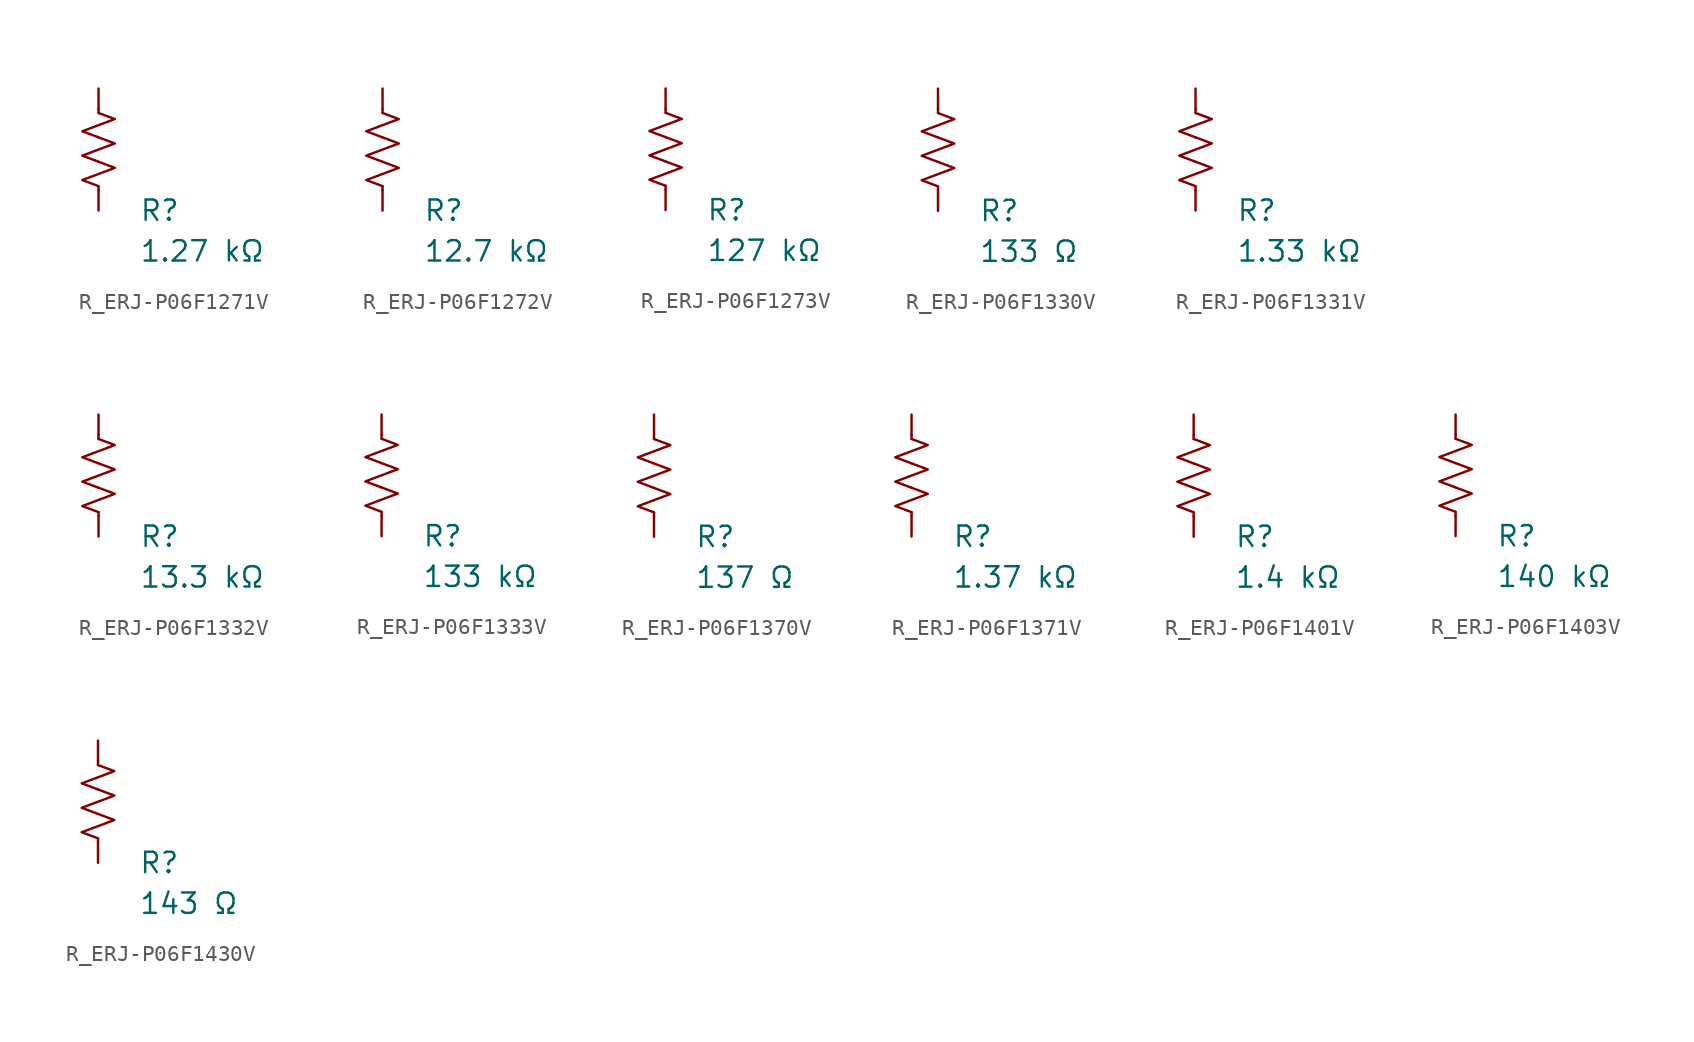
<source format=kicad_sym>
(kicad_symbol_lib
  (version 20231120)
  (generator "kicad_symbol_editor")
  (generator_version "8.0")
  (symbol "R_ERJ-P06F1271V"
    (pin_numbers hide)
    (pin_names
      (offset 0))
    (property "Reference" "R"
      (at 2.54 -3.81 0)
      (effects (font (size 1.27 1.27)) (justify left))
      (show_name no))
    (property "Value" "1.27 kΩ"
      (at 2.54 -6.35 0)
      (effects (font (size 1.27 1.27)) (justify left))
      (show_name no))
    (symbol "R_ERJ-P06F1271V_0_1"
      (polyline (pts (xy 0 -2.286) (xy 0 -2.54)) (stroke (width 0) (type default)) (fill (type none)))
      (polyline (pts (xy 0 2.286) (xy 0 2.54)) (stroke (width 0) (type default)) (fill (type none)))
      (polyline (pts (xy 0 -0.762) (xy 1.016 -1.143) (xy 0 -1.524) (xy -1.016 -1.905) (xy 0 -2.286)) (stroke (width 0) (type default)) (fill (type none)))
      (polyline (pts (xy 0 0.762) (xy 1.016 0.381) (xy 0 0) (xy -1.016 -0.381) (xy 0 -0.762)) (stroke (width 0) (type default)) (fill (type none)))
      (polyline (pts (xy 0 2.286) (xy 1.016 1.905) (xy 0 1.524) (xy -1.016 1.143) (xy 0 0.762)) (stroke (width 0) (type default)) (fill (type none))))
    (symbol "R_ERJ-P06F1271V_1_1"
      (pin passive line (at 0 3.81 270) (length 1.27) (name "~" (effects (font (size 1.27 1.27)))) (number "1" (effects (font (size 1.27 1.27)))))
      (pin passive line (at 0 -3.81 90) (length 1.27) (name "~" (effects (font (size 1.27 1.27)))) (number "2" (effects (font (size 1.27 1.27)))))))
  (symbol "R_ERJ-P06F1272V"
    (pin_numbers hide)
    (pin_names
      (offset 0))
    (property "Reference" "R"
      (at 2.54 -3.81 0)
      (effects (font (size 1.27 1.27)) (justify left))
      (show_name no))
    (property "Value" "12.7 kΩ"
      (at 2.54 -6.35 0)
      (effects (font (size 1.27 1.27)) (justify left))
      (show_name no))
    (symbol "R_ERJ-P06F1272V_0_1"
      (polyline (pts (xy 0 -2.286) (xy 0 -2.54)) (stroke (width 0) (type default)) (fill (type none)))
      (polyline (pts (xy 0 2.286) (xy 0 2.54)) (stroke (width 0) (type default)) (fill (type none)))
      (polyline (pts (xy 0 -0.762) (xy 1.016 -1.143) (xy 0 -1.524) (xy -1.016 -1.905) (xy 0 -2.286)) (stroke (width 0) (type default)) (fill (type none)))
      (polyline (pts (xy 0 0.762) (xy 1.016 0.381) (xy 0 0) (xy -1.016 -0.381) (xy 0 -0.762)) (stroke (width 0) (type default)) (fill (type none)))
      (polyline (pts (xy 0 2.286) (xy 1.016 1.905) (xy 0 1.524) (xy -1.016 1.143) (xy 0 0.762)) (stroke (width 0) (type default)) (fill (type none))))
    (symbol "R_ERJ-P06F1272V_1_1"
      (pin passive line (at 0 3.81 270) (length 1.27) (name "~" (effects (font (size 1.27 1.27)))) (number "1" (effects (font (size 1.27 1.27)))))
      (pin passive line (at 0 -3.81 90) (length 1.27) (name "~" (effects (font (size 1.27 1.27)))) (number "2" (effects (font (size 1.27 1.27)))))))
  (symbol "R_ERJ-P06F1273V"
    (pin_numbers hide)
    (pin_names
      (offset 0))
    (property "Reference" "R"
      (at 2.54 -3.81 0)
      (effects (font (size 1.27 1.27)) (justify left))
      (show_name no))
    (property "Value" "127 kΩ"
      (at 2.54 -6.35 0)
      (effects (font (size 1.27 1.27)) (justify left))
      (show_name no))
    (symbol "R_ERJ-P06F1273V_0_1"
      (polyline (pts (xy 0 -2.286) (xy 0 -2.54)) (stroke (width 0) (type default)) (fill (type none)))
      (polyline (pts (xy 0 2.286) (xy 0 2.54)) (stroke (width 0) (type default)) (fill (type none)))
      (polyline (pts (xy 0 -0.762) (xy 1.016 -1.143) (xy 0 -1.524) (xy -1.016 -1.905) (xy 0 -2.286)) (stroke (width 0) (type default)) (fill (type none)))
      (polyline (pts (xy 0 0.762) (xy 1.016 0.381) (xy 0 0) (xy -1.016 -0.381) (xy 0 -0.762)) (stroke (width 0) (type default)) (fill (type none)))
      (polyline (pts (xy 0 2.286) (xy 1.016 1.905) (xy 0 1.524) (xy -1.016 1.143) (xy 0 0.762)) (stroke (width 0) (type default)) (fill (type none))))
    (symbol "R_ERJ-P06F1273V_1_1"
      (pin passive line (at 0 3.81 270) (length 1.27) (name "~" (effects (font (size 1.27 1.27)))) (number "1" (effects (font (size 1.27 1.27)))))
      (pin passive line (at 0 -3.81 90) (length 1.27) (name "~" (effects (font (size 1.27 1.27)))) (number "2" (effects (font (size 1.27 1.27)))))))
  (symbol "R_ERJ-P06F1330V"
    (pin_numbers hide)
    (pin_names
      (offset 0))
    (property "Reference" "R"
      (at 2.54 -3.81 0)
      (effects (font (size 1.27 1.27)) (justify left))
      (show_name no))
    (property "Value" "133 Ω"
      (at 2.54 -6.35 0)
      (effects (font (size 1.27 1.27)) (justify left))
      (show_name no))
    (symbol "R_ERJ-P06F1330V_0_1"
      (polyline (pts (xy 0 -2.286) (xy 0 -2.54)) (stroke (width 0) (type default)) (fill (type none)))
      (polyline (pts (xy 0 2.286) (xy 0 2.54)) (stroke (width 0) (type default)) (fill (type none)))
      (polyline (pts (xy 0 -0.762) (xy 1.016 -1.143) (xy 0 -1.524) (xy -1.016 -1.905) (xy 0 -2.286)) (stroke (width 0) (type default)) (fill (type none)))
      (polyline (pts (xy 0 0.762) (xy 1.016 0.381) (xy 0 0) (xy -1.016 -0.381) (xy 0 -0.762)) (stroke (width 0) (type default)) (fill (type none)))
      (polyline (pts (xy 0 2.286) (xy 1.016 1.905) (xy 0 1.524) (xy -1.016 1.143) (xy 0 0.762)) (stroke (width 0) (type default)) (fill (type none))))
    (symbol "R_ERJ-P06F1330V_1_1"
      (pin passive line (at 0 3.81 270) (length 1.27) (name "~" (effects (font (size 1.27 1.27)))) (number "1" (effects (font (size 1.27 1.27)))))
      (pin passive line (at 0 -3.81 90) (length 1.27) (name "~" (effects (font (size 1.27 1.27)))) (number "2" (effects (font (size 1.27 1.27)))))))
  (symbol "R_ERJ-P06F1331V"
    (pin_numbers hide)
    (pin_names
      (offset 0))
    (property "Reference" "R"
      (at 2.54 -3.81 0)
      (effects (font (size 1.27 1.27)) (justify left))
      (show_name no))
    (property "Value" "1.33 kΩ"
      (at 2.54 -6.35 0)
      (effects (font (size 1.27 1.27)) (justify left))
      (show_name no))
    (symbol "R_ERJ-P06F1331V_0_1"
      (polyline (pts (xy 0 -2.286) (xy 0 -2.54)) (stroke (width 0) (type default)) (fill (type none)))
      (polyline (pts (xy 0 2.286) (xy 0 2.54)) (stroke (width 0) (type default)) (fill (type none)))
      (polyline (pts (xy 0 -0.762) (xy 1.016 -1.143) (xy 0 -1.524) (xy -1.016 -1.905) (xy 0 -2.286)) (stroke (width 0) (type default)) (fill (type none)))
      (polyline (pts (xy 0 0.762) (xy 1.016 0.381) (xy 0 0) (xy -1.016 -0.381) (xy 0 -0.762)) (stroke (width 0) (type default)) (fill (type none)))
      (polyline (pts (xy 0 2.286) (xy 1.016 1.905) (xy 0 1.524) (xy -1.016 1.143) (xy 0 0.762)) (stroke (width 0) (type default)) (fill (type none))))
    (symbol "R_ERJ-P06F1331V_1_1"
      (pin passive line (at 0 3.81 270) (length 1.27) (name "~" (effects (font (size 1.27 1.27)))) (number "1" (effects (font (size 1.27 1.27)))))
      (pin passive line (at 0 -3.81 90) (length 1.27) (name "~" (effects (font (size 1.27 1.27)))) (number "2" (effects (font (size 1.27 1.27)))))))
  (symbol "R_ERJ-P06F1332V"
    (pin_numbers hide)
    (pin_names
      (offset 0))
    (property "Reference" "R"
      (at 2.54 -3.81 0)
      (effects (font (size 1.27 1.27)) (justify left))
      (show_name no))
    (property "Value" "13.3 kΩ"
      (at 2.54 -6.35 0)
      (effects (font (size 1.27 1.27)) (justify left))
      (show_name no))
    (symbol "R_ERJ-P06F1332V_0_1"
      (polyline (pts (xy 0 -2.286) (xy 0 -2.54)) (stroke (width 0) (type default)) (fill (type none)))
      (polyline (pts (xy 0 2.286) (xy 0 2.54)) (stroke (width 0) (type default)) (fill (type none)))
      (polyline (pts (xy 0 -0.762) (xy 1.016 -1.143) (xy 0 -1.524) (xy -1.016 -1.905) (xy 0 -2.286)) (stroke (width 0) (type default)) (fill (type none)))
      (polyline (pts (xy 0 0.762) (xy 1.016 0.381) (xy 0 0) (xy -1.016 -0.381) (xy 0 -0.762)) (stroke (width 0) (type default)) (fill (type none)))
      (polyline (pts (xy 0 2.286) (xy 1.016 1.905) (xy 0 1.524) (xy -1.016 1.143) (xy 0 0.762)) (stroke (width 0) (type default)) (fill (type none))))
    (symbol "R_ERJ-P06F1332V_1_1"
      (pin passive line (at 0 3.81 270) (length 1.27) (name "~" (effects (font (size 1.27 1.27)))) (number "1" (effects (font (size 1.27 1.27)))))
      (pin passive line (at 0 -3.81 90) (length 1.27) (name "~" (effects (font (size 1.27 1.27)))) (number "2" (effects (font (size 1.27 1.27)))))))
  (symbol "R_ERJ-P06F1333V"
    (pin_numbers hide)
    (pin_names
      (offset 0))
    (property "Reference" "R"
      (at 2.54 -3.81 0)
      (effects (font (size 1.27 1.27)) (justify left))
      (show_name no))
    (property "Value" "133 kΩ"
      (at 2.54 -6.35 0)
      (effects (font (size 1.27 1.27)) (justify left))
      (show_name no))
    (symbol "R_ERJ-P06F1333V_0_1"
      (polyline (pts (xy 0 -2.286) (xy 0 -2.54)) (stroke (width 0) (type default)) (fill (type none)))
      (polyline (pts (xy 0 2.286) (xy 0 2.54)) (stroke (width 0) (type default)) (fill (type none)))
      (polyline (pts (xy 0 -0.762) (xy 1.016 -1.143) (xy 0 -1.524) (xy -1.016 -1.905) (xy 0 -2.286)) (stroke (width 0) (type default)) (fill (type none)))
      (polyline (pts (xy 0 0.762) (xy 1.016 0.381) (xy 0 0) (xy -1.016 -0.381) (xy 0 -0.762)) (stroke (width 0) (type default)) (fill (type none)))
      (polyline (pts (xy 0 2.286) (xy 1.016 1.905) (xy 0 1.524) (xy -1.016 1.143) (xy 0 0.762)) (stroke (width 0) (type default)) (fill (type none))))
    (symbol "R_ERJ-P06F1333V_1_1"
      (pin passive line (at 0 3.81 270) (length 1.27) (name "~" (effects (font (size 1.27 1.27)))) (number "1" (effects (font (size 1.27 1.27)))))
      (pin passive line (at 0 -3.81 90) (length 1.27) (name "~" (effects (font (size 1.27 1.27)))) (number "2" (effects (font (size 1.27 1.27)))))))
  (symbol "R_ERJ-P06F1370V"
    (pin_numbers hide)
    (pin_names
      (offset 0))
    (property "Reference" "R"
      (at 2.54 -3.81 0)
      (effects (font (size 1.27 1.27)) (justify left))
      (show_name no))
    (property "Value" "137 Ω"
      (at 2.54 -6.35 0)
      (effects (font (size 1.27 1.27)) (justify left))
      (show_name no))
    (symbol "R_ERJ-P06F1370V_0_1"
      (polyline (pts (xy 0 -2.286) (xy 0 -2.54)) (stroke (width 0) (type default)) (fill (type none)))
      (polyline (pts (xy 0 2.286) (xy 0 2.54)) (stroke (width 0) (type default)) (fill (type none)))
      (polyline (pts (xy 0 -0.762) (xy 1.016 -1.143) (xy 0 -1.524) (xy -1.016 -1.905) (xy 0 -2.286)) (stroke (width 0) (type default)) (fill (type none)))
      (polyline (pts (xy 0 0.762) (xy 1.016 0.381) (xy 0 0) (xy -1.016 -0.381) (xy 0 -0.762)) (stroke (width 0) (type default)) (fill (type none)))
      (polyline (pts (xy 0 2.286) (xy 1.016 1.905) (xy 0 1.524) (xy -1.016 1.143) (xy 0 0.762)) (stroke (width 0) (type default)) (fill (type none))))
    (symbol "R_ERJ-P06F1370V_1_1"
      (pin passive line (at 0 3.81 270) (length 1.27) (name "~" (effects (font (size 1.27 1.27)))) (number "1" (effects (font (size 1.27 1.27)))))
      (pin passive line (at 0 -3.81 90) (length 1.27) (name "~" (effects (font (size 1.27 1.27)))) (number "2" (effects (font (size 1.27 1.27)))))))
  (symbol "R_ERJ-P06F1371V"
    (pin_numbers hide)
    (pin_names
      (offset 0))
    (property "Reference" "R"
      (at 2.54 -3.81 0)
      (effects (font (size 1.27 1.27)) (justify left))
      (show_name no))
    (property "Value" "1.37 kΩ"
      (at 2.54 -6.35 0)
      (effects (font (size 1.27 1.27)) (justify left))
      (show_name no))
    (symbol "R_ERJ-P06F1371V_0_1"
      (polyline (pts (xy 0 -2.286) (xy 0 -2.54)) (stroke (width 0) (type default)) (fill (type none)))
      (polyline (pts (xy 0 2.286) (xy 0 2.54)) (stroke (width 0) (type default)) (fill (type none)))
      (polyline (pts (xy 0 -0.762) (xy 1.016 -1.143) (xy 0 -1.524) (xy -1.016 -1.905) (xy 0 -2.286)) (stroke (width 0) (type default)) (fill (type none)))
      (polyline (pts (xy 0 0.762) (xy 1.016 0.381) (xy 0 0) (xy -1.016 -0.381) (xy 0 -0.762)) (stroke (width 0) (type default)) (fill (type none)))
      (polyline (pts (xy 0 2.286) (xy 1.016 1.905) (xy 0 1.524) (xy -1.016 1.143) (xy 0 0.762)) (stroke (width 0) (type default)) (fill (type none))))
    (symbol "R_ERJ-P06F1371V_1_1"
      (pin passive line (at 0 3.81 270) (length 1.27) (name "~" (effects (font (size 1.27 1.27)))) (number "1" (effects (font (size 1.27 1.27)))))
      (pin passive line (at 0 -3.81 90) (length 1.27) (name "~" (effects (font (size 1.27 1.27)))) (number "2" (effects (font (size 1.27 1.27)))))))
  (symbol "R_ERJ-P06F1401V"
    (pin_numbers hide)
    (pin_names
      (offset 0))
    (property "Reference" "R"
      (at 2.54 -3.81 0)
      (effects (font (size 1.27 1.27)) (justify left))
      (show_name no))
    (property "Value" "1.4 kΩ"
      (at 2.54 -6.35 0)
      (effects (font (size 1.27 1.27)) (justify left))
      (show_name no))
    (symbol "R_ERJ-P06F1401V_0_1"
      (polyline (pts (xy 0 -2.286) (xy 0 -2.54)) (stroke (width 0) (type default)) (fill (type none)))
      (polyline (pts (xy 0 2.286) (xy 0 2.54)) (stroke (width 0) (type default)) (fill (type none)))
      (polyline (pts (xy 0 -0.762) (xy 1.016 -1.143) (xy 0 -1.524) (xy -1.016 -1.905) (xy 0 -2.286)) (stroke (width 0) (type default)) (fill (type none)))
      (polyline (pts (xy 0 0.762) (xy 1.016 0.381) (xy 0 0) (xy -1.016 -0.381) (xy 0 -0.762)) (stroke (width 0) (type default)) (fill (type none)))
      (polyline (pts (xy 0 2.286) (xy 1.016 1.905) (xy 0 1.524) (xy -1.016 1.143) (xy 0 0.762)) (stroke (width 0) (type default)) (fill (type none))))
    (symbol "R_ERJ-P06F1401V_1_1"
      (pin passive line (at 0 3.81 270) (length 1.27) (name "~" (effects (font (size 1.27 1.27)))) (number "1" (effects (font (size 1.27 1.27)))))
      (pin passive line (at 0 -3.81 90) (length 1.27) (name "~" (effects (font (size 1.27 1.27)))) (number "2" (effects (font (size 1.27 1.27)))))))
  (symbol "R_ERJ-P06F1403V"
    (pin_numbers hide)
    (pin_names
      (offset 0))
    (property "Reference" "R"
      (at 2.54 -3.81 0)
      (effects (font (size 1.27 1.27)) (justify left))
      (show_name no))
    (property "Value" "140 kΩ"
      (at 2.54 -6.35 0)
      (effects (font (size 1.27 1.27)) (justify left))
      (show_name no))
    (symbol "R_ERJ-P06F1403V_0_1"
      (polyline (pts (xy 0 -2.286) (xy 0 -2.54)) (stroke (width 0) (type default)) (fill (type none)))
      (polyline (pts (xy 0 2.286) (xy 0 2.54)) (stroke (width 0) (type default)) (fill (type none)))
      (polyline (pts (xy 0 -0.762) (xy 1.016 -1.143) (xy 0 -1.524) (xy -1.016 -1.905) (xy 0 -2.286)) (stroke (width 0) (type default)) (fill (type none)))
      (polyline (pts (xy 0 0.762) (xy 1.016 0.381) (xy 0 0) (xy -1.016 -0.381) (xy 0 -0.762)) (stroke (width 0) (type default)) (fill (type none)))
      (polyline (pts (xy 0 2.286) (xy 1.016 1.905) (xy 0 1.524) (xy -1.016 1.143) (xy 0 0.762)) (stroke (width 0) (type default)) (fill (type none))))
    (symbol "R_ERJ-P06F1403V_1_1"
      (pin passive line (at 0 3.81 270) (length 1.27) (name "~" (effects (font (size 1.27 1.27)))) (number "1" (effects (font (size 1.27 1.27)))))
      (pin passive line (at 0 -3.81 90) (length 1.27) (name "~" (effects (font (size 1.27 1.27)))) (number "2" (effects (font (size 1.27 1.27)))))))
  (symbol "R_ERJ-P06F1430V"
    (pin_numbers hide)
    (pin_names
      (offset 0))
    (property "Reference" "R"
      (at 2.54 -3.81 0)
      (effects (font (size 1.27 1.27)) (justify left))
      (show_name no))
    (property "Value" "143 Ω"
      (at 2.54 -6.35 0)
      (effects (font (size 1.27 1.27)) (justify left))
      (show_name no))
    (symbol "R_ERJ-P06F1430V_0_1"
      (polyline (pts (xy 0 -2.286) (xy 0 -2.54)) (stroke (width 0) (type default)) (fill (type none)))
      (polyline (pts (xy 0 2.286) (xy 0 2.54)) (stroke (width 0) (type default)) (fill (type none)))
      (polyline (pts (xy 0 -0.762) (xy 1.016 -1.143) (xy 0 -1.524) (xy -1.016 -1.905) (xy 0 -2.286)) (stroke (width 0) (type default)) (fill (type none)))
      (polyline (pts (xy 0 0.762) (xy 1.016 0.381) (xy 0 0) (xy -1.016 -0.381) (xy 0 -0.762)) (stroke (width 0) (type default)) (fill (type none)))
      (polyline (pts (xy 0 2.286) (xy 1.016 1.905) (xy 0 1.524) (xy -1.016 1.143) (xy 0 0.762)) (stroke (width 0) (type default)) (fill (type none))))
    (symbol "R_ERJ-P06F1430V_1_1"
      (pin passive line (at 0 3.81 270) (length 1.27) (name "~" (effects (font (size 1.27 1.27)))) (number "1" (effects (font (size 1.27 1.27)))))
      (pin passive line (at 0 -3.81 90) (length 1.27) (name "~" (effects (font (size 1.27 1.27)))) (number "2" (effects (font (size 1.27 1.27))))))))
</source>
